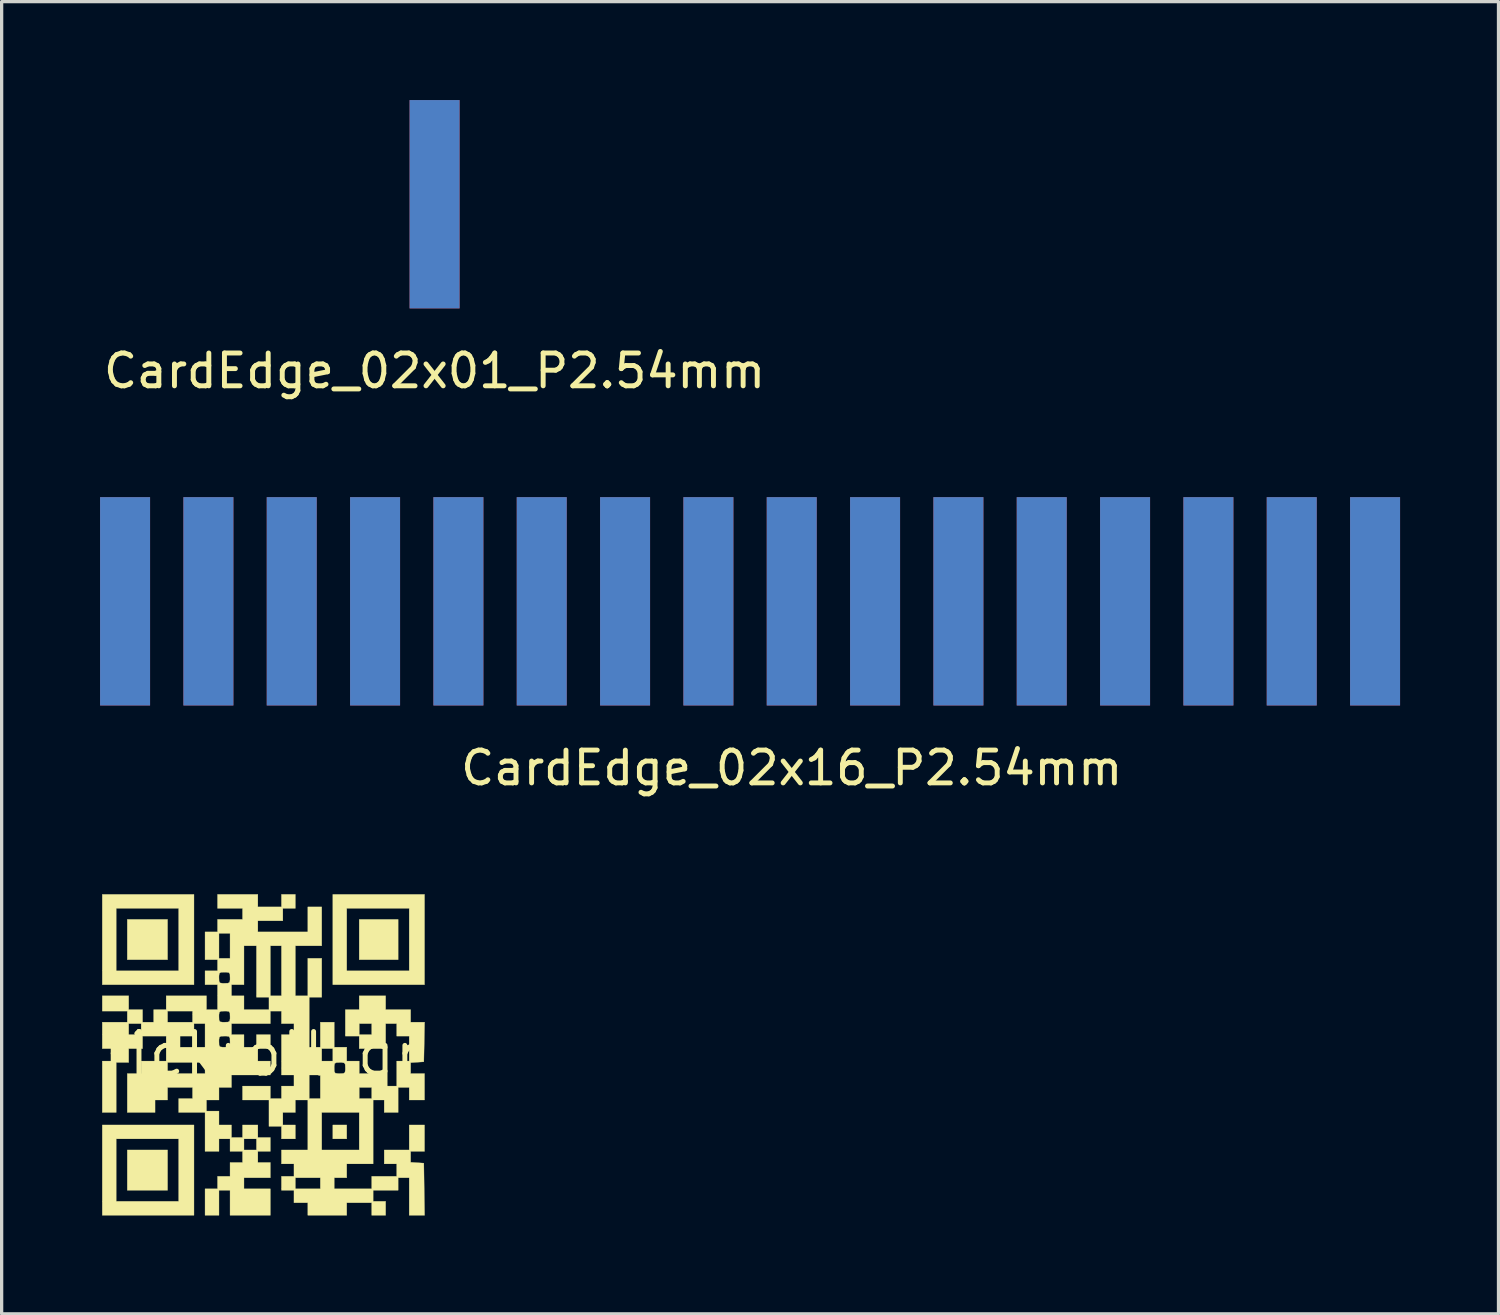
<source format=kicad_pcb>
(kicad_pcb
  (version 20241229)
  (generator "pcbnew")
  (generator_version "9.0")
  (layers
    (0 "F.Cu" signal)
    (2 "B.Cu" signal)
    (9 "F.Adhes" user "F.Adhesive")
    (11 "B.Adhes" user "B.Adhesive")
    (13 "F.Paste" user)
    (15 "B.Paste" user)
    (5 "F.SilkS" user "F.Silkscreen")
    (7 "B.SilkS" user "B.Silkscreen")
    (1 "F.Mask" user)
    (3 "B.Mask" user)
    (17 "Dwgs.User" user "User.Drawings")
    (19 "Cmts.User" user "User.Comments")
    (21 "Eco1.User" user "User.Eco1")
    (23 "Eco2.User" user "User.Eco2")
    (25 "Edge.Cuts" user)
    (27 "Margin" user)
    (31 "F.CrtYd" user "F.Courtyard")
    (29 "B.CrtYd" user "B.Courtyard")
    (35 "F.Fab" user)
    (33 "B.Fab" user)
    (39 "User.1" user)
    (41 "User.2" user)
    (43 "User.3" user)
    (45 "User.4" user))
  (footprint "CardEdge_02x16_P2.54mm"
    (layer "F.Cu")
    (at 0.762 15.278)
    (property "Reference" "CardEdge_02x16_P2.54mm" (at 20.32 5.08 0) (layer "F.SilkS") (effects (font (size 1 1) (thickness 0.15))))
    (attr through_hole)
    (pad "1" connect rect (at 0 0) (size 1.524 6.35) (layers "F.Cu" "F.Mask"))
    (pad "2" connect rect (at 2.54 0) (size 1.524 6.35) (layers "F.Cu" "F.Mask"))
    (pad "3" connect rect (at 5.08 0) (size 1.524 6.35) (layers "F.Cu" "F.Mask"))
    (pad "4" connect rect (at 7.62 0) (size 1.524 6.35) (layers "F.Cu" "F.Mask"))
    (pad "5" connect rect (at 10.16 0) (size 1.524 6.35) (layers "F.Cu" "F.Mask"))
    (pad "6" connect rect (at 12.7 0) (size 1.524 6.35) (layers "F.Cu" "F.Mask"))
    (pad "7" connect rect (at 15.24 0) (size 1.524 6.35) (layers "F.Cu" "F.Mask"))
    (pad "8" connect rect (at 17.78 0) (size 1.524 6.35) (layers "F.Cu" "F.Mask"))
    (pad "9" connect rect (at 20.32 0) (size 1.524 6.35) (layers "F.Cu" "F.Mask"))
    (pad "10" connect rect (at 22.86 0) (size 1.524 6.35) (layers "F.Cu" "F.Mask"))
    (pad "11" connect rect (at 25.4 0) (size 1.524 6.35) (layers "F.Cu" "F.Mask"))
    (pad "12" connect rect (at 27.94 0) (size 1.524 6.35) (layers "F.Cu" "F.Mask"))
    (pad "13" connect rect (at 30.48 0) (size 1.524 6.35) (layers "F.Cu" "F.Mask"))
    (pad "14" connect rect (at 33.02 0) (size 1.524 6.35) (layers "F.Cu" "F.Mask"))
    (pad "15" connect rect (at 35.56 0) (size 1.524 6.35) (layers "F.Cu" "F.Mask"))
    (pad "16" connect rect (at 38.1 0) (size 1.524 6.35) (layers "F.Cu" "F.Mask"))
    (pad "17" connect rect (at 38.1 0) (size 1.524 6.35) (layers "F.Mask" "B.Cu"))
    (pad "18" connect rect (at 35.56 0) (size 1.524 6.35) (layers "F.Mask" "B.Cu"))
    (pad "19" connect rect (at 33.02 0) (size 1.524 6.35) (layers "F.Mask" "B.Cu"))
    (pad "20" connect rect (at 30.48 0) (size 1.524 6.35) (layers "F.Mask" "B.Cu"))
    (pad "21" connect rect (at 27.94 0) (size 1.524 6.35) (layers "F.Mask" "B.Cu"))
    (pad "22" connect rect (at 25.4 0) (size 1.524 6.35) (layers "F.Mask" "B.Cu"))
    (pad "23" connect rect (at 22.86 0) (size 1.524 6.35) (layers "F.Mask" "B.Cu"))
    (pad "24" connect rect (at 20.32 0) (size 1.524 6.35) (layers "F.Mask" "B.Cu"))
    (pad "25" connect rect (at 17.78 0) (size 1.524 6.35) (layers "F.Mask" "B.Cu"))
    (pad "26" connect rect (at 15.24 0) (size 1.524 6.35) (layers "F.Mask" "B.Cu"))
    (pad "27" connect rect (at 12.7 0) (size 1.524 6.35) (layers "F.Mask" "B.Cu"))
    (pad "28" connect rect (at 10.16 0) (size 1.524 6.35) (layers "F.Mask" "B.Cu"))
    (pad "29" connect rect (at 7.62 0) (size 1.524 6.35) (layers "F.Mask" "B.Cu"))
    (pad "30" connect rect (at 5.08 0) (size 1.524 6.35) (layers "F.Mask" "B.Cu"))
    (pad "31" connect rect (at 2.54 0) (size 1.524 6.35) (layers "F.Mask" "B.Cu"))
    (pad "32" connect rect (at 0 0) (size 1.524 6.35) (layers "F.Mask" "B.Cu")))
  (footprint "CardEdge_02x01_P2.54mm"
    (layer "F.Cu")
    (at 10.196 3.175)
    (property "Reference" "CardEdge_02x01_P2.54mm" (at 0 5.08 0) (layer "F.SilkS") (effects (font (size 1 1) (thickness 0.15))))
    (attr through_hole)
    (pad "1" connect rect (at 0 0) (size 1.524 6.35) (layers "F.Cu" "F.Mask"))
    (pad "2" connect rect (at 0 0) (size 1.524 6.35) (layers "F.Mask" "B.Cu")))
  (footprint "rickroll_qr"
    (layer "F.Cu")
    (at 4.936 29.08)
    (property "Reference" "rickroll_qr" (at 0 0 0) (layer "F.SilkS") (effects (font (size 1.27 1.27) (thickness 0.15))))
    (attr through_hole)
    (fp_poly (pts (xy -2.879 -2.879) (xy -4.106 -2.879) (xy -4.106 -4.106) (xy -2.879 -4.106) (xy -2.879 -2.879)) (stroke (width 0.01) (type solid)) (fill yes) (layer "F.SilkS"))
    (fp_poly (pts (xy -2.879 4.149) (xy -4.106 4.149) (xy -4.106 2.921) (xy -2.879 2.921) (xy -2.879 4.149)) (stroke (width 0.01) (type solid)) (fill yes) (layer "F.SilkS"))
    (fp_poly (pts (xy 2.582 2.582) (xy 2.159 2.582) (xy 2.159 2.159) (xy 2.582 2.159) (xy 2.582 2.582)) (stroke (width 0.01) (type solid)) (fill yes) (layer "F.SilkS"))
    (fp_poly (pts (xy 4.149 -2.879) (xy 2.963 -2.879) (xy 2.963 -4.106) (xy 4.149 -4.106) (xy 4.149 -2.879)) (stroke (width 0.01) (type solid)) (fill yes) (layer "F.SilkS"))
    (fp_poly (pts (xy -2.074 -2.117) (xy -4.868 -2.117) (xy -4.868 -4.445) (xy -4.445 -4.445) (xy -4.445 -2.54) (xy -2.54 -2.54) (xy -2.54 -4.445) (xy -4.445 -4.445) (xy -4.868 -4.445) (xy -4.868 -4.868) (xy -2.074 -4.868) (xy -2.074 -2.117)) (stroke (width 0.01) (type solid)) (fill yes) (layer "F.SilkS"))
    (fp_poly (pts (xy -2.074 4.911) (xy -4.868 4.911) (xy -4.868 2.582) (xy -4.445 2.582) (xy -4.445 4.487) (xy -2.54 4.487) (xy -2.54 2.582) (xy -4.445 2.582) (xy -4.868 2.582) (xy -4.868 2.159) (xy -2.074 2.159) (xy -2.074 4.911)) (stroke (width 0.01) (type solid)) (fill yes) (layer "F.SilkS"))
    (fp_poly (pts (xy 4.953 -2.117) (xy 2.159 -2.117) (xy 2.159 -4.445) (xy 2.582 -4.445) (xy 2.582 -2.54) (xy 4.487 -2.54) (xy 4.487 -4.445) (xy 2.582 -4.445) (xy 2.159 -4.445) (xy 2.159 -4.868) (xy 4.953 -4.868) (xy 4.953 -2.117)) (stroke (width 0.01) (type solid)) (fill yes) (layer "F.SilkS"))
    (fp_poly (pts (xy -0.127 -4.487) (xy 0.593 -4.487) (xy 0.593 -4.868) (xy 1.016 -4.868) (xy 1.016 -4.445) (xy 0.635 -4.445) (xy 0.635 -4.064) (xy -0.127 -4.064) (xy -0.127 -3.725) (xy 1.397 -3.725) (xy 1.397 -4.487) (xy 1.82 -4.487) (xy 1.82 -3.302) (xy 1.016 -3.302) (xy 1.016 -1.778) (xy 1.397 -1.778) (xy 1.397 -2.921) (xy 1.82 -2.921) (xy 1.82 -1.736) (xy 1.439 -1.736) (xy 1.439 -0.212) (xy 1.778 -0.212) (xy 1.778 -0.974) (xy 2.201 -0.974) (xy 2.201 -0.212) (xy 2.582 -0.212) (xy 2.582 0.212) (xy 2.963 0.212) (xy 2.963 0.593) (xy 3.768 0.593) (xy 3.768 0.974) (xy 4.106 0.974) (xy 4.106 0.212) (xy 4.487 0.212) (xy 4.487 -0.55) (xy 4.106 -0.55) (xy 4.106 -0.931) (xy 3.768 -0.931) (xy 3.768 -0.169) (xy 2.963 -0.169) (xy 2.963 -0.55) (xy 2.54 -0.55) (xy 2.54 -0.931) (xy 2.963 -0.931) (xy 2.963 -0.593) (xy 3.344 -0.593) (xy 3.344 -0.931) (xy 2.963 -0.931) (xy 2.54 -0.931) (xy 2.54 -1.355) (xy 2.963 -1.355) (xy 2.963 -1.778) (xy 3.768 -1.778) (xy 3.768 -1.355) (xy 4.53 -1.355) (xy 4.53 -0.974) (xy 4.955 -0.974) (xy 4.944 -0.37) (xy 4.932 0.233) (xy 4.53 0.259) (xy 4.53 0.593) (xy 4.953 0.593) (xy 4.953 1.397) (xy 4.487 1.397) (xy 4.487 1.016) (xy 4.149 1.016) (xy 4.149 1.778) (xy 3.725 1.778) (xy 3.725 1.397) (xy 3.387 1.397) (xy 3.387 3.344) (xy 2.582 3.344) (xy 2.582 3.768) (xy 2.201 3.768) (xy 2.201 4.106) (xy 3.344 4.106) (xy 3.344 3.725) (xy 4.106 3.725) (xy 4.106 3.344) (xy 3.725 3.344) (xy 3.725 2.921) (xy 4.487 2.921) (xy 4.487 2.159) (xy 4.953 2.159) (xy 4.953 2.963) (xy 4.53 2.963) (xy 4.53 3.297) (xy 4.932 3.323) (xy 4.943 4.117) (xy 4.955 4.911) (xy 4.487 4.911) (xy 4.487 3.768) (xy 4.149 3.768) (xy 4.149 4.149) (xy 3.387 4.149) (xy 3.387 4.487) (xy 3.768 4.487) (xy 3.768 4.911) (xy 3.344 4.911) (xy 3.344 4.53) (xy 2.582 4.53) (xy 2.582 4.911) (xy 1.397 4.911) (xy 1.397 4.53) (xy 0.974 4.53) (xy 0.974 4.149) (xy 0.593 4.149) (xy 0.593 3.768) (xy 1.016 3.768) (xy 1.016 4.106) (xy 1.778 4.106) (xy 1.778 3.768) (xy 1.016 3.768) (xy 0.593 3.768) (xy 0.593 3.725) (xy 0.974 3.725) (xy 0.974 3.344) (xy 0.593 3.344) (xy 0.593 2.921) (xy 1.397 2.921) (xy 1.397 1.778) (xy 1.82 1.778) (xy 1.82 2.921) (xy 2.963 2.921) (xy 2.963 1.778) (xy 1.82 1.778) (xy 1.397 1.778) (xy 1.397 1.397) (xy 1.016 1.397) (xy 1.016 1.778) (xy 0.635 1.778) (xy 0.635 2.159) (xy 1.016 2.159) (xy 1.016 2.582) (xy 0.593 2.582) (xy 0.593 2.201) (xy 0.212 2.201) (xy 0.212 1.397) (xy -0.593 1.397) (xy -0.593 0.974) (xy 0.254 0.974) (xy 0.254 1.355) (xy 0.593 1.355) (xy 0.593 0.974) (xy 0.974 0.974) (xy 0.974 0.635) (xy 1.439 0.635) (xy 1.439 1.355) (xy 1.778 1.355) (xy 1.778 1.016) (xy 2.963 1.016) (xy 2.963 1.355) (xy 3.344 1.355) (xy 3.344 1.016) (xy 2.963 1.016) (xy 1.778 1.016) (xy 1.778 0.635) (xy 1.439 0.635) (xy 0.974 0.635) (xy 0.593 0.635) (xy 0.593 0.423) (xy 2.201 0.423) (xy 2.205 0.532) (xy 2.234 0.58) (xy 2.311 0.592) (xy 2.371 0.593) (xy 2.479 0.589) (xy 2.527 0.56) (xy 2.54 0.483) (xy 2.54 0.423) (xy 2.536 0.315) (xy 2.507 0.267) (xy 2.43 0.254) (xy 2.371 0.254) (xy 2.262 0.258) (xy 2.214 0.287) (xy 2.202 0.364) (xy 2.201 0.423) (xy 0.593 0.423) (xy 0.593 -0.169) (xy 1.82 -0.169) (xy 1.82 0.212) (xy 2.159 0.212) (xy 2.159 -0.169) (xy 1.82 -0.169) (xy 0.593 -0.169) (xy 0.593 -0.593) (xy 0.974 -0.593) (xy 0.974 -0.931) (xy 0.593 -0.931) (xy 0.593 -1.312) (xy 0.254 -1.312) (xy 0.254 -0.931) (xy -0.931 -0.931) (xy -0.931 -0.593) (xy -0.55 -0.593) (xy -0.55 -0.212) (xy -0.169 -0.212) (xy -0.169 -0.593) (xy 0.254 -0.593) (xy 0.254 -0.169) (xy -0.127 -0.169) (xy -0.127 0.212) (xy 0.254 0.212) (xy 0.254 0.635) (xy -0.931 0.635) (xy -0.931 1.016) (xy -1.312 1.016) (xy -1.312 1.397) (xy -1.693 1.397) (xy -1.693 1.736) (xy -1.312 1.736) (xy -1.312 2.159) (xy -0.931 2.159) (xy -0.931 2.54) (xy -0.593 2.54) (xy -0.593 2.159) (xy -0.127 2.159) (xy -0.127 2.54) (xy 0.254 2.54) (xy 0.254 2.963) (xy -0.127 2.963) (xy -0.127 3.302) (xy 0.254 3.302) (xy 0.254 3.768) (xy -0.55 3.768) (xy -0.55 4.106) (xy 0.254 4.106) (xy 0.254 4.911) (xy -0.974 4.911) (xy -0.974 4.149) (xy -1.312 4.149) (xy -1.312 4.911) (xy -1.736 4.911) (xy -1.736 4.106) (xy -1.355 4.106) (xy -1.355 3.725) (xy -0.974 3.725) (xy -0.974 3.302) (xy -0.593 3.302) (xy -0.593 2.963) (xy -0.974 2.963) (xy -0.974 2.582) (xy -0.55 2.582) (xy -0.55 2.921) (xy -0.169 2.921) (xy -0.169 2.582) (xy -0.55 2.582) (xy -0.974 2.582) (xy -1.312 2.582) (xy -1.312 2.963) (xy -1.736 2.963) (xy -1.736 1.778) (xy -2.54 1.778) (xy -2.54 1.355) (xy -2.117 1.355) (xy -2.117 1.016) (xy -2.879 1.016) (xy -2.879 1.397) (xy -3.26 1.397) (xy -3.26 1.778) (xy -4.106 1.778) (xy -4.106 0.593) (xy -3.683 0.593) (xy -3.683 0.254) (xy -2.879 0.254) (xy -2.879 0.593) (xy -1.736 0.593) (xy -1.736 0.254) (xy -2.879 0.254) (xy -3.683 0.254) (xy -3.683 0.212) (xy -2.921 0.212) (xy -2.921 -0.55) (xy -2.498 -0.55) (xy -2.498 -0.212) (xy -1.736 -0.212) (xy -1.736 -0.381) (xy -1.312 -0.381) (xy -1.308 -0.273) (xy -1.28 -0.224) (xy -1.202 -0.212) (xy -1.143 -0.212) (xy -1.035 -0.216) (xy -0.986 -0.244) (xy -0.974 -0.322) (xy -0.974 -0.381) (xy -0.978 -0.489) (xy -1.006 -0.538) (xy -1.084 -0.55) (xy -1.143 -0.55) (xy -1.251 -0.546) (xy -1.3 -0.518) (xy -1.312 -0.44) (xy -1.312 -0.381) (xy -1.736 -0.381) (xy -1.736 -0.931) (xy -2.074 -0.931) (xy -2.074 -0.55) (xy -2.498 -0.55) (xy -2.921 -0.55) (xy -3.641 -0.55) (xy -3.641 -0.169) (xy -4.064 -0.169) (xy -4.064 0.254) (xy -4.445 0.254) (xy -4.445 1.778) (xy -4.868 1.778) (xy -4.868 0.212) (xy -4.487 0.212) (xy -4.487 -0.169) (xy -4.868 -0.169) (xy -4.868 -0.931) (xy -4.064 -0.931) (xy -4.064 -0.593) (xy -3.683 -0.593) (xy -3.683 -0.931) (xy -4.064 -0.931) (xy -4.868 -0.931) (xy -4.868 -0.974) (xy -4.106 -0.974) (xy -4.106 -1.312) (xy -4.868 -1.312) (xy -4.868 -1.778) (xy -4.064 -1.778) (xy -4.064 -1.355) (xy -3.641 -1.355) (xy -3.641 -0.974) (xy -3.302 -0.974) (xy -3.302 -1.312) (xy -2.879 -1.312) (xy -2.879 -0.974) (xy -2.117 -0.974) (xy -2.117 -1.143) (xy -1.312 -1.143) (xy -1.308 -1.035) (xy -1.28 -0.986) (xy -1.202 -0.974) (xy -1.143 -0.974) (xy -1.035 -0.978) (xy -0.986 -1.006) (xy -0.974 -1.084) (xy -0.974 -1.143) (xy -0.978 -1.251) (xy -1.006 -1.3) (xy -1.084 -1.312) (xy -1.143 -1.312) (xy -1.251 -1.308) (xy -1.3 -1.28) (xy -1.312 -1.202) (xy -1.312 -1.143) (xy -2.117 -1.143) (xy -2.117 -1.312) (xy -2.879 -1.312) (xy -3.302 -1.312) (xy -3.302 -1.355) (xy -2.921 -1.355) (xy -2.921 -1.778) (xy -1.693 -1.778) (xy -1.693 -1.355) (xy -1.355 -1.355) (xy -1.355 -2.117) (xy -0.931 -2.117) (xy -0.931 -1.778) (xy -0.55 -1.778) (xy -0.55 -1.355) (xy 0.212 -1.355) (xy 0.212 -1.736) (xy -0.169 -1.736) (xy -0.169 -3.302) (xy 0.254 -3.302) (xy 0.254 -1.778) (xy 0.593 -1.778) (xy 0.593 -3.302) (xy 0.254 -3.302) (xy -0.169 -3.302) (xy -0.55 -3.302) (xy -0.55 -2.117) (xy -0.931 -2.117) (xy -1.355 -2.117) (xy -1.736 -2.117) (xy -1.736 -2.328) (xy -1.312 -2.328) (xy -1.308 -2.22) (xy -1.28 -2.172) (xy -1.202 -2.159) (xy -1.143 -2.159) (xy -1.035 -2.163) (xy -0.986 -2.192) (xy -0.974 -2.269) (xy -0.974 -2.328) (xy -0.978 -2.437) (xy -1.006 -2.485) (xy -1.084 -2.497) (xy -1.143 -2.498) (xy -1.251 -2.494) (xy -1.3 -2.465) (xy -1.312 -2.388) (xy -1.312 -2.328) (xy -1.736 -2.328) (xy -1.736 -2.54) (xy -1.355 -2.54) (xy -1.355 -2.879) (xy -1.736 -2.879) (xy -1.736 -3.683) (xy -1.312 -3.683) (xy -1.312 -2.921) (xy -0.974 -2.921) (xy -0.974 -3.683) (xy -1.312 -3.683) (xy -1.736 -3.683) (xy -1.736 -3.725) (xy -1.355 -3.725) (xy -1.355 -4.106) (xy -0.593 -4.106) (xy -0.593 -4.445) (xy -1.355 -4.445) (xy -1.355 -4.868) (xy -0.127 -4.868) (xy -0.127 -4.487)) (stroke (width 0.01) (type solid)) (fill yes) (layer "F.SilkS")))
  (gr_rect
    (start -3 -3)
    (end 42.624 36.995)
    (stroke (width 0.1) (type default))
    (fill no)
    (layer "Edge.Cuts")))
</source>
